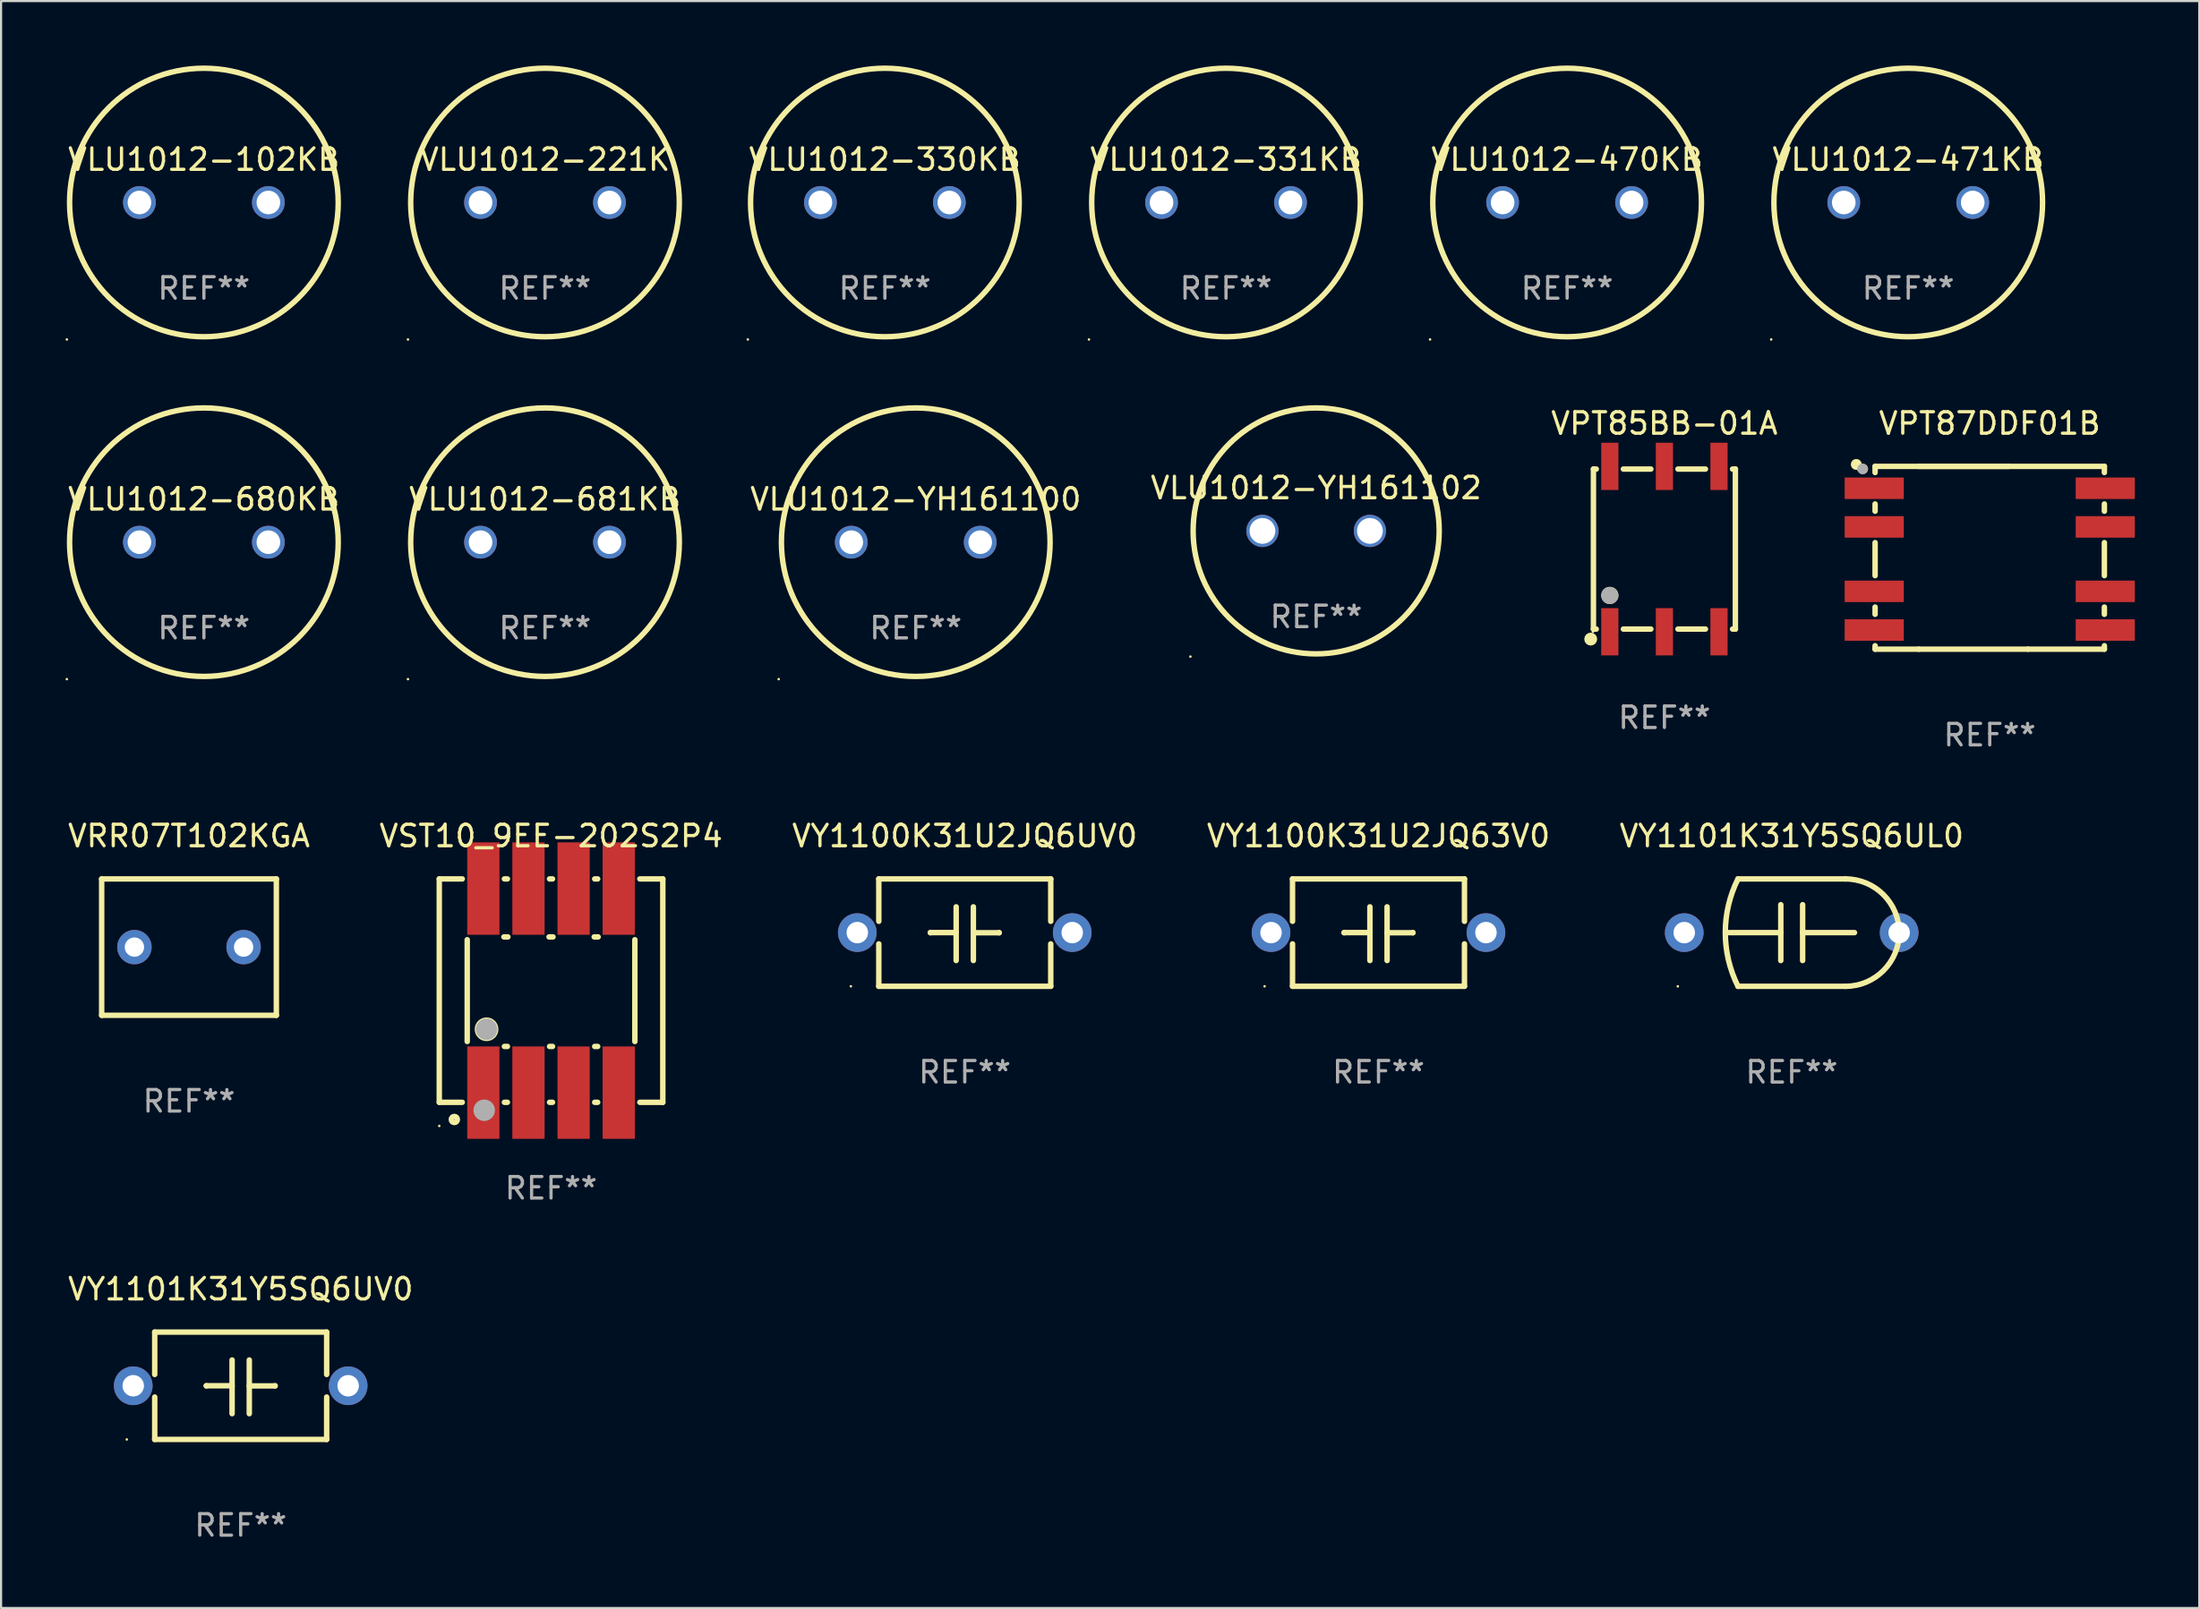
<source format=kicad_pcb>
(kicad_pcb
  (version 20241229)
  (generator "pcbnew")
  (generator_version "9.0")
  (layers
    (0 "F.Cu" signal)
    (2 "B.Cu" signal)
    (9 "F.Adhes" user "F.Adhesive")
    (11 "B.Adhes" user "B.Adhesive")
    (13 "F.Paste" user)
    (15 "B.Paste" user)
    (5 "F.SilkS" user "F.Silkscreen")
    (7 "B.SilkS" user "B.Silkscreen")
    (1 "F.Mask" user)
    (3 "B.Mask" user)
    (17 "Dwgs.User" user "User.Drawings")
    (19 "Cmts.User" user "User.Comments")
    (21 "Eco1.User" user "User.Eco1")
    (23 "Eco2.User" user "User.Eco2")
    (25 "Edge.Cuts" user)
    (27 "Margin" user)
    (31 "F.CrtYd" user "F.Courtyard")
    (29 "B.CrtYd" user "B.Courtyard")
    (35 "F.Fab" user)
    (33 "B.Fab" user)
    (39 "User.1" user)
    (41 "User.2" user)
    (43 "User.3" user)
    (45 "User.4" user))
  (footprint "VLU1012-YH161102"
    (layer "F.Cu")
    (at 58.189 21.666)
    (property "Reference" "VLU1012-YH161102" (at 0 -2 0) (layer "F.SilkS") (effects (font (size 1 1) (thickness 0.15))))
    (attr through_hole)
    (fp_circle (center -5.852 5.852) (end -5.822 5.852) (stroke (width 0.06) (type solid)) (fill no) (layer "F.SilkS"))
    (fp_circle (center 0 0) (end 5.725 0) (stroke (width 0.254) (type solid)) (fill no) (layer "F.SilkS"))
    (fp_text user "REF**" (at 0 4 0) (layer "F.Fab") (effects (font (size 1 1) (thickness 0.15))))
    (pad "1" thru_hole circle (at -2.5 0) (size 1.5 1.5) (drill 1.2) (layers "*.Cu" "*.Mask"))
    (pad "2" thru_hole circle (at 2.5 0) (size 1.5 1.5) (drill 1.2) (layers "*.Cu" "*.Mask")))
  (footprint "VLU1012-331KB"
    (layer "F.Cu")
    (at 53.994 6.377)
    (property "Reference" "VLU1012-331KB" (at 0 -2 0) (layer "F.SilkS") (effects (font (size 1 1) (thickness 0.15))))
    (attr through_hole)
    (fp_circle (center -6.377 6.377) (end -6.347 6.377) (stroke (width 0.06) (type solid)) (fill no) (layer "F.SilkS"))
    (fp_circle (center 0 0) (end 6.25 0) (stroke (width 0.254) (type solid)) (fill no) (layer "F.SilkS"))
    (fp_text user "REF**" (at 0 4 0) (layer "F.Fab") (effects (font (size 1 1) (thickness 0.15))))
    (pad "1" thru_hole circle (at -3 0) (size 1.524 1.524) (drill 1.1) (layers "*.Cu" "*.Mask"))
    (pad "2" thru_hole circle (at 3 0) (size 1.524 1.524) (drill 1.1) (layers "*.Cu" "*.Mask")))
  (footprint "VLU1012-YH161100"
    (layer "F.Cu")
    (at 39.558 22.191)
    (property "Reference" "VLU1012-YH161100" (at 0 -2 0) (layer "F.SilkS") (effects (font (size 1 1) (thickness 0.15))))
    (attr through_hole)
    (fp_circle (center -6.377 6.377) (end -6.347 6.377) (stroke (width 0.06) (type solid)) (fill no) (layer "F.SilkS"))
    (fp_circle (center 0 0) (end 6.25 0) (stroke (width 0.254) (type solid)) (fill no) (layer "F.SilkS"))
    (fp_text user "REF**" (at 0 4 0) (layer "F.Fab") (effects (font (size 1 1) (thickness 0.15))))
    (pad "1" thru_hole circle (at -3 0) (size 1.524 1.524) (drill 1.1) (layers "*.Cu" "*.Mask"))
    (pad "2" thru_hole circle (at 3 0) (size 1.524 1.524) (drill 1.1) (layers "*.Cu" "*.Mask")))
  (footprint "VLU1012-221K"
    (layer "F.Cu")
    (at 22.308 6.377)
    (property "Reference" "VLU1012-221K" (at 0 -2 0) (layer "F.SilkS") (effects (font (size 1 1) (thickness 0.15))))
    (attr through_hole)
    (fp_circle (center -6.377 6.377) (end -6.347 6.377) (stroke (width 0.06) (type solid)) (fill no) (layer "F.SilkS"))
    (fp_circle (center 0 0) (end 6.25 0) (stroke (width 0.254) (type solid)) (fill no) (layer "F.SilkS"))
    (fp_text user "REF**" (at 0 4 0) (layer "F.Fab") (effects (font (size 1 1) (thickness 0.15))))
    (pad "1" thru_hole circle (at -3 0) (size 1.524 1.524) (drill 1.1) (layers "*.Cu" "*.Mask"))
    (pad "2" thru_hole circle (at 3 0) (size 1.524 1.524) (drill 1.1) (layers "*.Cu" "*.Mask")))
  (footprint "VY1101K31Y5SQ6UL0"
    (layer "F.Cu")
    (at 80.315 40.368)
    (property "Reference" "VY1101K31Y5SQ6UL0" (at 0 -4.5 0) (layer "F.SilkS") (effects (font (size 1 1) (thickness 0.15))))
    (attr through_hole)
    (fp_line (start -2.5 -2.5) (end 2.5 -2.5) (stroke (width 0.254) (type solid)) (layer "F.SilkS"))
    (fp_line (start -0.508 -1.3) (end -0.508 1.3) (stroke (width 0.254) (type solid)) (layer "F.SilkS"))
    (fp_line (start -0.508 0.000305) (end -2.921 0.000305) (stroke (width 0.254) (type solid)) (layer "F.SilkS"))
    (fp_line (start 0.508 -0.000305) (end 2.921 -0.000305) (stroke (width 0.254) (type solid)) (layer "F.SilkS"))
    (fp_line (start 0.508 1.3) (end 0.508 -1.3) (stroke (width 0.254) (type solid)) (layer "F.SilkS"))
    (fp_line (start 2.5 2.5) (end -2.5 2.5) (stroke (width 0.254) (type solid)) (layer "F.SilkS"))
    (fp_arc (start -2.499365 2.499365) (mid -3.089676 -0.000243) (end -2.5 -2.5) (stroke (width 0.254001) (type solid)) (layer "F.SilkS"))
    (fp_arc (start 2.499366 -2.499364) (mid 4.99906 0.000001) (end 2.5 2.5) (stroke (width 0.254001) (type solid)) (layer "F.SilkS"))
    (fp_circle (center -5.3 2.5) (end -5.27 2.5) (stroke (width 0.06) (type solid)) (fill no) (layer "F.SilkS"))
    (fp_text user "REF**" (at 0 6.5 0) (layer "F.Fab") (effects (font (size 1 1) (thickness 0.15))))
    (pad "1" thru_hole circle (at -5 0) (size 1.8 1.8) (drill 1) (layers "*.Cu" "*.Mask"))
    (pad "2" thru_hole circle (at 5 0) (size 1.8 1.8) (drill 1) (layers "*.Cu" "*.Mask")))
  (footprint "VLU1012-471KB"
    (layer "F.Cu")
    (at 85.737 6.377)
    (property "Reference" "VLU1012-471KB" (at 0 -2 0) (layer "F.SilkS") (effects (font (size 1 1) (thickness 0.15))))
    (attr through_hole)
    (fp_circle (center -6.377 6.377) (end -6.347 6.377) (stroke (width 0.06) (type solid)) (fill no) (layer "F.SilkS"))
    (fp_circle (center 0 0) (end 6.25 0) (stroke (width 0.254) (type solid)) (fill no) (layer "F.SilkS"))
    (fp_text user "REF**" (at 0 4 0) (layer "F.Fab") (effects (font (size 1 1) (thickness 0.15))))
    (pad "1" thru_hole circle (at -3 0) (size 1.524 1.524) (drill 1.1) (layers "*.Cu" "*.Mask"))
    (pad "2" thru_hole circle (at 3 0) (size 1.524 1.524) (drill 1.1) (layers "*.Cu" "*.Mask")))
  (footprint "VLU1012-102KB"
    (layer "F.Cu")
    (at 6.437 6.377)
    (property "Reference" "VLU1012-102KB" (at 0 -2 0) (layer "F.SilkS") (effects (font (size 1 1) (thickness 0.15))))
    (attr through_hole)
    (fp_circle (center -6.377 6.377) (end -6.347 6.377) (stroke (width 0.06) (type solid)) (fill no) (layer "F.SilkS"))
    (fp_circle (center 0 0) (end 6.25 0) (stroke (width 0.254) (type solid)) (fill no) (layer "F.SilkS"))
    (fp_text user "REF**" (at 0 4 0) (layer "F.Fab") (effects (font (size 1 1) (thickness 0.15))))
    (pad "1" thru_hole circle (at -3 0) (size 1.524 1.524) (drill 1.1) (layers "*.Cu" "*.Mask"))
    (pad "2" thru_hole circle (at 3 0) (size 1.524 1.524) (drill 1.1) (layers "*.Cu" "*.Mask")))
  (footprint "VY1101K31Y5SQ6UV0"
    (layer "F.Cu")
    (at 8.149 61.464)
    (property "Reference" "VY1101K31Y5SQ6UV0" (at 0 -4.499 0) (layer "F.SilkS") (effects (font (size 1 1) (thickness 0.15))))
    (attr through_hole)
    (fp_line (start -4 -2.499) (end -4 -0.526) (stroke (width 0.254) (type solid)) (layer "F.SilkS"))
    (fp_line (start -4 -2.499) (end 4 -2.499) (stroke (width 0.254) (type solid)) (layer "F.SilkS"))
    (fp_line (start -4 0.526) (end -4 2.499) (stroke (width 0.254) (type solid)) (layer "F.SilkS"))
    (fp_line (start -1.6 0) (end -1.6 0.007) (stroke (width 0.254) (type solid)) (layer "F.SilkS"))
    (fp_line (start -0.4 0) (end -1.6 0) (stroke (width 0.254) (type solid)) (layer "F.SilkS"))
    (fp_line (start -0.4 1.3) (end -0.4 -1.2) (stroke (width 0.254) (type solid)) (layer "F.SilkS"))
    (fp_line (start 0.4 -1.2) (end 0.4 1.3) (stroke (width 0.254) (type solid)) (layer "F.SilkS"))
    (fp_line (start 0.4 0.007) (end 1.6 0.007) (stroke (width 0.254) (type solid)) (layer "F.SilkS"))
    (fp_line (start 1.6 0.007) (end 1.6 0) (stroke (width 0.254) (type solid)) (layer "F.SilkS"))
    (fp_line (start 4 -2.499) (end 4 -0.526) (stroke (width 0.254) (type solid)) (layer "F.SilkS"))
    (fp_line (start 4 0.526) (end 4 2.499) (stroke (width 0.254) (type solid)) (layer "F.SilkS"))
    (fp_line (start 4 2.499) (end -4 2.499) (stroke (width 0.254) (type solid)) (layer "F.SilkS"))
    (fp_circle (center -5.3 2.5) (end -5.27 2.5) (stroke (width 0.06) (type solid)) (fill no) (layer "F.SilkS"))
    (fp_text user "REF**" (at 0 6.499 0) (layer "F.Fab") (effects (font (size 1 1) (thickness 0.15))))
    (pad "1" thru_hole circle (at -5 0) (size 1.8 1.8) (drill 1) (layers "*.Cu" "*.Mask"))
    (pad "2" thru_hole circle (at 5 0) (size 1.8 1.8) (drill 1) (layers "*.Cu" "*.Mask")))
  (footprint "VLU1012-680KB"
    (layer "F.Cu")
    (at 6.437 22.191)
    (property "Reference" "VLU1012-680KB" (at 0 -2 0) (layer "F.SilkS") (effects (font (size 1 1) (thickness 0.15))))
    (attr through_hole)
    (fp_circle (center -6.377 6.377) (end -6.347 6.377) (stroke (width 0.06) (type solid)) (fill no) (layer "F.SilkS"))
    (fp_circle (center 0 0) (end 6.25 0) (stroke (width 0.254) (type solid)) (fill no) (layer "F.SilkS"))
    (fp_text user "REF**" (at 0 4 0) (layer "F.Fab") (effects (font (size 1 1) (thickness 0.15))))
    (pad "1" thru_hole circle (at -3 0) (size 1.524 1.524) (drill 1.1) (layers "*.Cu" "*.Mask"))
    (pad "2" thru_hole circle (at 3 0) (size 1.524 1.524) (drill 1.1) (layers "*.Cu" "*.Mask")))
  (footprint "VST10_9EE-202S2P4"
    (layer "F.Cu")
    (at 22.589 43.068)
    (property "Reference" "VST10_9EE-202S2P4" (at 0 -7.2 0) (layer "F.SilkS") (effects (font (size 1 1) (thickness 0.15))))
    (attr through_hole)
    (fp_line (start -5.2 -5.2) (end -4.131 -5.2) (stroke (width 0.254) (type solid)) (layer "F.SilkS"))
    (fp_line (start -5.2 5.2) (end -5.2 -5.2) (stroke (width 0.254) (type solid)) (layer "F.SilkS"))
    (fp_line (start -4.131 5.2) (end -5.2 5.2) (stroke (width 0.254) (type solid)) (layer "F.SilkS"))
    (fp_line (start -3.9 2.369) (end -3.9 -2.369) (stroke (width 0.254) (type solid)) (layer "F.SilkS"))
    (fp_line (start -2.192 -2.5) (end -2.008 -2.5) (stroke (width 0.254) (type solid)) (layer "F.SilkS"))
    (fp_line (start -2.169 -5.2) (end -2.031 -5.2) (stroke (width 0.254) (type solid)) (layer "F.SilkS"))
    (fp_line (start -2.031 2.6) (end -2.169 2.6) (stroke (width 0.254) (type solid)) (layer "F.SilkS"))
    (fp_line (start -2.031 5.2) (end -2.169 5.2) (stroke (width 0.254) (type solid)) (layer "F.SilkS"))
    (fp_line (start -0.092 -2.5) (end 0.092 -2.5) (stroke (width 0.254) (type solid)) (layer "F.SilkS"))
    (fp_line (start -0.069 -5.2) (end 0.069 -5.2) (stroke (width 0.254) (type solid)) (layer "F.SilkS"))
    (fp_line (start 0.069 2.6) (end -0.069 2.6) (stroke (width 0.254) (type solid)) (layer "F.SilkS"))
    (fp_line (start 0.069 5.2) (end -0.069 5.2) (stroke (width 0.254) (type solid)) (layer "F.SilkS"))
    (fp_line (start 2.008 -2.5) (end 2.192 -2.5) (stroke (width 0.254) (type solid)) (layer "F.SilkS"))
    (fp_line (start 2.031 -5.2) (end 2.169 -5.2) (stroke (width 0.254) (type solid)) (layer "F.SilkS"))
    (fp_line (start 2.169 2.6) (end 2.031 2.6) (stroke (width 0.254) (type solid)) (layer "F.SilkS"))
    (fp_line (start 2.169 5.2) (end 2.031 5.2) (stroke (width 0.254) (type solid)) (layer "F.SilkS"))
    (fp_line (start 3.9 2.369) (end 3.9 -2.369) (stroke (width 0.254) (type solid)) (layer "F.SilkS"))
    (fp_line (start 4.131 -5.2) (end 5.2 -5.2) (stroke (width 0.254) (type solid)) (layer "F.SilkS"))
    (fp_line (start 5.2 -5.2) (end 5.2 5.2) (stroke (width 0.254) (type solid)) (layer "F.SilkS"))
    (fp_line (start 5.2 5.2) (end 4.131 5.2) (stroke (width 0.254) (type solid)) (layer "F.SilkS"))
    (fp_circle (center -5.2 6.3) (end -5.17 6.3) (stroke (width 0.06) (type solid)) (fill no) (layer "F.SilkS"))
    (fp_circle (center -4.5 6) (end -4.358 6) (stroke (width 0.254) (type solid)) (fill no) (layer "F.SilkS"))
    (fp_circle (center -3 1.8) (end -2.576 1.8) (stroke (width 0.254) (type solid)) (fill no) (layer "F.SilkS"))
    (fp_circle (center -3.11 5.57) (end -2.86 5.57) (stroke (width 0.5) (type solid)) (fill no) (layer "F.Fab"))
    (fp_circle (center -3 1.8) (end -2.75 1.8) (stroke (width 0.5) (type solid)) (fill no) (layer "F.Fab"))
    (fp_text user "REF**" (at 0 9.2 0) (layer "F.Fab") (effects (font (size 1 1) (thickness 0.15))))
    (pad "1" smd rect (at -3.15 4.75 90) (size 4.3 1.5) (layers "F.Cu" "F.Mask" "F.Paste"))
    (pad "2" smd rect (at -1.05 4.75 90) (size 4.3 1.5) (layers "F.Cu" "F.Mask" "F.Paste"))
    (pad "3" smd rect (at 1.05 4.75 90) (size 4.3 1.5) (layers "F.Cu" "F.Mask" "F.Paste"))
    (pad "4" smd rect (at 3.15 4.75 90) (size 4.3 1.5) (layers "F.Cu" "F.Mask" "F.Paste"))
    (pad "5" smd rect (at 3.15 -4.75 90) (size 4.3 1.5) (layers "F.Cu" "F.Mask" "F.Paste"))
    (pad "6" smd rect (at 1.05 -4.75 90) (size 4.3 1.5) (layers "F.Cu" "F.Mask" "F.Paste"))
    (pad "7" smd rect (at -1.05 -4.75 90) (size 4.3 1.5) (layers "F.Cu" "F.Mask" "F.Paste"))
    (pad "8" smd rect (at -3.15 -4.75 90) (size 4.3 1.5) (layers "F.Cu" "F.Mask" "F.Paste")))
  (footprint "VY1100K31U2JQ63V0"
    (layer "F.Cu")
    (at 61.089 40.367)
    (property "Reference" "VY1100K31U2JQ63V0" (at 0 -4.499 0) (layer "F.SilkS") (effects (font (size 1 1) (thickness 0.15))))
    (attr through_hole)
    (fp_line (start -4 -2.499) (end -4 -0.526) (stroke (width 0.254) (type solid)) (layer "F.SilkS"))
    (fp_line (start -4 -2.499) (end 4 -2.499) (stroke (width 0.254) (type solid)) (layer "F.SilkS"))
    (fp_line (start -4 0.526) (end -4 2.499) (stroke (width 0.254) (type solid)) (layer "F.SilkS"))
    (fp_line (start -1.6 0) (end -1.6 0.007) (stroke (width 0.254) (type solid)) (layer "F.SilkS"))
    (fp_line (start -0.4 0) (end -1.6 0) (stroke (width 0.254) (type solid)) (layer "F.SilkS"))
    (fp_line (start -0.4 1.3) (end -0.4 -1.2) (stroke (width 0.254) (type solid)) (layer "F.SilkS"))
    (fp_line (start 0.4 -1.2) (end 0.4 1.3) (stroke (width 0.254) (type solid)) (layer "F.SilkS"))
    (fp_line (start 0.4 0.007) (end 1.6 0.007) (stroke (width 0.254) (type solid)) (layer "F.SilkS"))
    (fp_line (start 1.6 0.007) (end 1.6 0) (stroke (width 0.254) (type solid)) (layer "F.SilkS"))
    (fp_line (start 4 -2.499) (end 4 -0.526) (stroke (width 0.254) (type solid)) (layer "F.SilkS"))
    (fp_line (start 4 0.526) (end 4 2.499) (stroke (width 0.254) (type solid)) (layer "F.SilkS"))
    (fp_line (start 4 2.499) (end -4 2.499) (stroke (width 0.254) (type solid)) (layer "F.SilkS"))
    (fp_circle (center -5.3 2.5) (end -5.27 2.5) (stroke (width 0.06) (type solid)) (fill no) (layer "F.SilkS"))
    (fp_text user "REF**" (at 0 6.499 0) (layer "F.Fab") (effects (font (size 1 1) (thickness 0.15))))
    (pad "1" thru_hole circle (at -5 0) (size 1.8 1.8) (drill 1) (layers "*.Cu" "*.Mask"))
    (pad "2" thru_hole circle (at 5 0) (size 1.8 1.8) (drill 1) (layers "*.Cu" "*.Mask")))
  (footprint "VLU1012-330KB"
    (layer "F.Cu")
    (at 38.122 6.377)
    (property "Reference" "VLU1012-330KB" (at 0 -2 0) (layer "F.SilkS") (effects (font (size 1 1) (thickness 0.15))))
    (attr through_hole)
    (fp_circle (center -6.377 6.377) (end -6.347 6.377) (stroke (width 0.06) (type solid)) (fill no) (layer "F.SilkS"))
    (fp_circle (center 0 0) (end 6.25 0) (stroke (width 0.254) (type solid)) (fill no) (layer "F.SilkS"))
    (fp_text user "REF**" (at 0 4 0) (layer "F.Fab") (effects (font (size 1 1) (thickness 0.15))))
    (pad "1" thru_hole circle (at -3 0) (size 1.524 1.524) (drill 1.1) (layers "*.Cu" "*.Mask"))
    (pad "2" thru_hole circle (at 3 0) (size 1.524 1.524) (drill 1.1) (layers "*.Cu" "*.Mask")))
  (footprint "VPT85BB-01A"
    (layer "F.Cu")
    (at 74.392 22.512)
    (property "Reference" "VPT85BB-01A" (at 0 -5.85 0) (layer "F.SilkS") (effects (font (size 1 1) (thickness 0.15))))
    (attr through_hole)
    (fp_line (start -3.302 -3.725) (end -3.171 -3.725) (stroke (width 0.254) (type solid)) (layer "F.SilkS"))
    (fp_line (start -3.302 3.725) (end -3.302 -3.725) (stroke (width 0.254) (type solid)) (layer "F.SilkS"))
    (fp_line (start -3.302 3.725) (end -3.171 3.725) (stroke (width 0.254) (type solid)) (layer "F.SilkS"))
    (fp_line (start -1.909 -3.725) (end -0.631 -3.725) (stroke (width 0.254) (type solid)) (layer "F.SilkS"))
    (fp_line (start -1.909 3.725) (end -0.631 3.725) (stroke (width 0.254) (type solid)) (layer "F.SilkS"))
    (fp_line (start 0.631 -3.725) (end 1.909 -3.725) (stroke (width 0.254) (type solid)) (layer "F.SilkS"))
    (fp_line (start 0.631 3.725) (end 1.909 3.725) (stroke (width 0.254) (type solid)) (layer "F.SilkS"))
    (fp_line (start 3.171 -3.725) (end 3.302 -3.725) (stroke (width 0.254) (type solid)) (layer "F.SilkS"))
    (fp_line (start 3.171 3.725) (end 3.302 3.725) (stroke (width 0.254) (type solid)) (layer "F.SilkS"))
    (fp_line (start 3.302 3.725) (end 3.302 -3.725) (stroke (width 0.254) (type solid)) (layer "F.SilkS"))
    (fp_circle (center -3.429 4.191) (end -3.279 4.191) (stroke (width 0.3) (type solid)) (fill no) (layer "F.SilkS"))
    (fp_circle (center -3.325 3.85) (end -3.295 3.85) (stroke (width 0.06) (type solid)) (fill no) (layer "F.SilkS"))
    (fp_circle (center -2.54 2.159) (end -2.34 2.159) (stroke (width 0.4) (type solid)) (fill no) (layer "F.SilkS"))
    (fp_circle (center -2.54 2.159) (end -2.34 2.159) (stroke (width 0.4) (type solid)) (fill no) (layer "F.Fab"))
    (fp_text user "REF**" (at 0 7.85 0) (layer "F.Fab") (effects (font (size 1 1) (thickness 0.15))))
    (pad "1" smd rect (at -2.54 3.85) (size 0.8 2.2) (layers "F.Cu" "F.Mask" "F.Paste"))
    (pad "2" smd rect (at 0 3.85) (size 0.8 2.2) (layers "F.Cu" "F.Mask" "F.Paste"))
    (pad "3" smd rect (at 2.54 3.85) (size 0.8 2.2) (layers "F.Cu" "F.Mask" "F.Paste"))
    (pad "4" smd rect (at 2.54 -3.85) (size 0.8 2.2) (layers "F.Cu" "F.Mask" "F.Paste"))
    (pad "5" smd rect (at 0 -3.85) (size 0.8 2.2) (layers "F.Cu" "F.Mask" "F.Paste"))
    (pad "6" smd rect (at -2.54 -3.85) (size 0.8 2.2) (layers "F.Cu" "F.Mask" "F.Paste")))
  (footprint "VLU1012-470KB"
    (layer "F.Cu")
    (at 69.865 6.377)
    (property "Reference" "VLU1012-470KB" (at 0 -2 0) (layer "F.SilkS") (effects (font (size 1 1) (thickness 0.15))))
    (attr through_hole)
    (fp_circle (center -6.377 6.377) (end -6.347 6.377) (stroke (width 0.06) (type solid)) (fill no) (layer "F.SilkS"))
    (fp_circle (center 0 0) (end 6.25 0) (stroke (width 0.254) (type solid)) (fill no) (layer "F.SilkS"))
    (fp_text user "REF**" (at 0 4 0) (layer "F.Fab") (effects (font (size 1 1) (thickness 0.15))))
    (pad "1" thru_hole circle (at -3 0) (size 1.524 1.524) (drill 1.1) (layers "*.Cu" "*.Mask"))
    (pad "2" thru_hole circle (at 3 0) (size 1.524 1.524) (drill 1.1) (layers "*.Cu" "*.Mask")))
  (footprint "VY1100K31U2JQ6UV0"
    (layer "F.Cu")
    (at 41.839 40.367)
    (property "Reference" "VY1100K31U2JQ6UV0" (at 0 -4.499 0) (layer "F.SilkS") (effects (font (size 1 1) (thickness 0.15))))
    (attr through_hole)
    (fp_line (start -4 -2.499) (end -4 -0.526) (stroke (width 0.254) (type solid)) (layer "F.SilkS"))
    (fp_line (start -4 -2.499) (end 4 -2.499) (stroke (width 0.254) (type solid)) (layer "F.SilkS"))
    (fp_line (start -4 0.526) (end -4 2.499) (stroke (width 0.254) (type solid)) (layer "F.SilkS"))
    (fp_line (start -1.6 0) (end -1.6 0.007) (stroke (width 0.254) (type solid)) (layer "F.SilkS"))
    (fp_line (start -0.4 0) (end -1.6 0) (stroke (width 0.254) (type solid)) (layer "F.SilkS"))
    (fp_line (start -0.4 1.3) (end -0.4 -1.2) (stroke (width 0.254) (type solid)) (layer "F.SilkS"))
    (fp_line (start 0.4 -1.2) (end 0.4 1.3) (stroke (width 0.254) (type solid)) (layer "F.SilkS"))
    (fp_line (start 0.4 0.007) (end 1.6 0.007) (stroke (width 0.254) (type solid)) (layer "F.SilkS"))
    (fp_line (start 1.6 0.007) (end 1.6 0) (stroke (width 0.254) (type solid)) (layer "F.SilkS"))
    (fp_line (start 4 -2.499) (end 4 -0.526) (stroke (width 0.254) (type solid)) (layer "F.SilkS"))
    (fp_line (start 4 0.526) (end 4 2.499) (stroke (width 0.254) (type solid)) (layer "F.SilkS"))
    (fp_line (start 4 2.499) (end -4 2.499) (stroke (width 0.254) (type solid)) (layer "F.SilkS"))
    (fp_circle (center -5.3 2.5) (end -5.27 2.5) (stroke (width 0.06) (type solid)) (fill no) (layer "F.SilkS"))
    (fp_text user "REF**" (at 0 6.499 0) (layer "F.Fab") (effects (font (size 1 1) (thickness 0.15))))
    (pad "1" thru_hole circle (at -5 0) (size 1.8 1.8) (drill 1) (layers "*.Cu" "*.Mask"))
    (pad "2" thru_hole circle (at 5 0) (size 1.8 1.8) (drill 1) (layers "*.Cu" "*.Mask")))
  (footprint "VRR07T102KGA"
    (layer "F.Cu")
    (at 5.744 41.043)
    (property "Reference" "VRR07T102KGA" (at 0 -5.175 0) (layer "F.SilkS") (effects (font (size 1 1) (thickness 0.15))))
    (attr through_hole)
    (fp_line (start -4.064 -3.175) (end 4.064 -3.175) (stroke (width 0.254) (type solid)) (layer "F.SilkS"))
    (fp_line (start -4.064 3.175) (end -4.064 -3.175) (stroke (width 0.254) (type solid)) (layer "F.SilkS"))
    (fp_line (start 4.064 -3.175) (end 4.064 3.175) (stroke (width 0.254) (type solid)) (layer "F.SilkS"))
    (fp_line (start 4.064 3.175) (end -4.064 3.175) (stroke (width 0.254) (type solid)) (layer "F.SilkS"))
    (fp_circle (center -4.065 3.175) (end -4.035 3.175) (stroke (width 0.06) (type solid)) (fill no) (layer "F.SilkS"))
    (fp_text user "REF**" (at 0 7.175 0) (layer "F.Fab") (effects (font (size 1 1) (thickness 0.15))))
    (pad "1" thru_hole circle (at -2.54 0) (size 1.6 1.6) (drill 0.9) (layers "*.Cu" "*.Mask"))
    (pad "2" thru_hole circle (at 2.54 0) (size 1.6 1.6) (drill 0.9) (layers "*.Cu" "*.Mask")))
  (footprint "VLU1012-681KB"
    (layer "F.Cu")
    (at 22.308 22.191)
    (property "Reference" "VLU1012-681KB" (at 0 -2 0) (layer "F.SilkS") (effects (font (size 1 1) (thickness 0.15))))
    (attr through_hole)
    (fp_circle (center -6.377 6.377) (end -6.347 6.377) (stroke (width 0.06) (type solid)) (fill no) (layer "F.SilkS"))
    (fp_circle (center 0 0) (end 6.25 0) (stroke (width 0.254) (type solid)) (fill no) (layer "F.SilkS"))
    (fp_text user "REF**" (at 0 4 0) (layer "F.Fab") (effects (font (size 1 1) (thickness 0.15))))
    (pad "1" thru_hole circle (at -3 0) (size 1.524 1.524) (drill 1.1) (layers "*.Cu" "*.Mask"))
    (pad "2" thru_hole circle (at 3 0) (size 1.524 1.524) (drill 1.1) (layers "*.Cu" "*.Mask")))
  (footprint "VPT87DDF01B"
    (layer "F.Cu")
    (at 89.529 22.917)
    (property "Reference" "VPT87DDF01B" (at 0 -6.255 0) (layer "F.SilkS") (effects (font (size 1 1) (thickness 0.15))))
    (attr through_hole)
    (fp_line (start -5.334 -4.255) (end 5.334 -4.255) (stroke (width 0.254) (type solid)) (layer "F.SilkS"))
    (fp_line (start -5.334 -3.968) (end -5.334 -4.255) (stroke (width 0.254) (type solid)) (layer "F.SilkS"))
    (fp_line (start -5.334 -2.168) (end -5.334 -2.505) (stroke (width 0.254) (type solid)) (layer "F.SilkS"))
    (fp_line (start -5.334 0.832) (end -5.334 -0.705) (stroke (width 0.254) (type solid)) (layer "F.SilkS"))
    (fp_line (start -5.334 2.632) (end -5.334 2.295) (stroke (width 0.254) (type solid)) (layer "F.SilkS"))
    (fp_line (start -5.334 4.255) (end -5.334 4.095) (stroke (width 0.254) (type solid)) (layer "F.SilkS"))
    (fp_line (start -3.302 -4.255) (end 0.889 -4.255) (stroke (width 0.254) (type solid)) (layer "F.SilkS"))
    (fp_line (start -3.302 4.255) (end -5.334 4.255) (stroke (width 0.254) (type solid)) (layer "F.SilkS"))
    (fp_line (start -3.302 4.255) (end 1.778 4.255) (stroke (width 0.254) (type solid)) (layer "F.SilkS"))
    (fp_line (start 5.334 -4.255) (end 5.334 -3.968) (stroke (width 0.254) (type solid)) (layer "F.SilkS"))
    (fp_line (start 5.334 -2.505) (end 5.334 -2.168) (stroke (width 0.254) (type solid)) (layer "F.SilkS"))
    (fp_line (start 5.334 -0.705) (end 5.334 0.832) (stroke (width 0.254) (type solid)) (layer "F.SilkS"))
    (fp_line (start 5.334 2.295) (end 5.334 2.632) (stroke (width 0.254) (type solid)) (layer "F.SilkS"))
    (fp_line (start 5.334 4.095) (end 5.334 4.255) (stroke (width 0.254) (type solid)) (layer "F.SilkS"))
    (fp_line (start 5.334 4.255) (end 1.778 4.255) (stroke (width 0.254) (type solid)) (layer "F.SilkS"))
    (fp_circle (center -6.21 -4.346) (end -6.083 -4.346) (stroke (width 0.254) (type solid)) (fill no) (layer "F.SilkS"))
    (fp_circle (center -6.1 -4.086) (end -6.07 -4.086) (stroke (width 0.06) (type solid)) (fill no) (layer "F.SilkS"))
    (fp_circle (center -5.91 -4.136) (end -5.783 -4.136) (stroke (width 0.254) (type solid)) (fill no) (layer "F.Fab"))
    (fp_text user "REF**" (at 0 8.255 0) (layer "F.Fab") (effects (font (size 1 1) (thickness 0.15))))
    (pad "1" smd rect (at -5.375 -3.236 90) (size 1 2.75) (layers "F.Cu" "F.Mask" "F.Paste"))
    (pad "2" smd rect (at -5.375 -1.437 90) (size 1 2.75) (layers "F.Cu" "F.Mask" "F.Paste"))
    (pad "3" smd rect (at -5.375 1.563 90) (size 1 2.75) (layers "F.Cu" "F.Mask" "F.Paste"))
    (pad "4" smd rect (at -5.375 3.364 90) (size 1 2.75) (layers "F.Cu" "F.Mask" "F.Paste"))
    (pad "5" smd rect (at 5.375 3.364 90) (size 1 2.75) (layers "F.Cu" "F.Mask" "F.Paste"))
    (pad "6" smd rect (at 5.375 1.563 90) (size 1 2.75) (layers "F.Cu" "F.Mask" "F.Paste"))
    (pad "7" smd rect (at 5.375 -1.437 90) (size 1 2.75) (layers "F.Cu" "F.Mask" "F.Paste"))
    (pad "8" smd rect (at 5.375 -3.236 90) (size 1 2.75) (layers "F.Cu" "F.Mask" "F.Paste")))
  (gr_rect
    (start -3 -3)
    (end 99.279 71.811)
    (stroke (width 0.1) (type default))
    (fill no)
    (layer "Edge.Cuts")))
</source>
